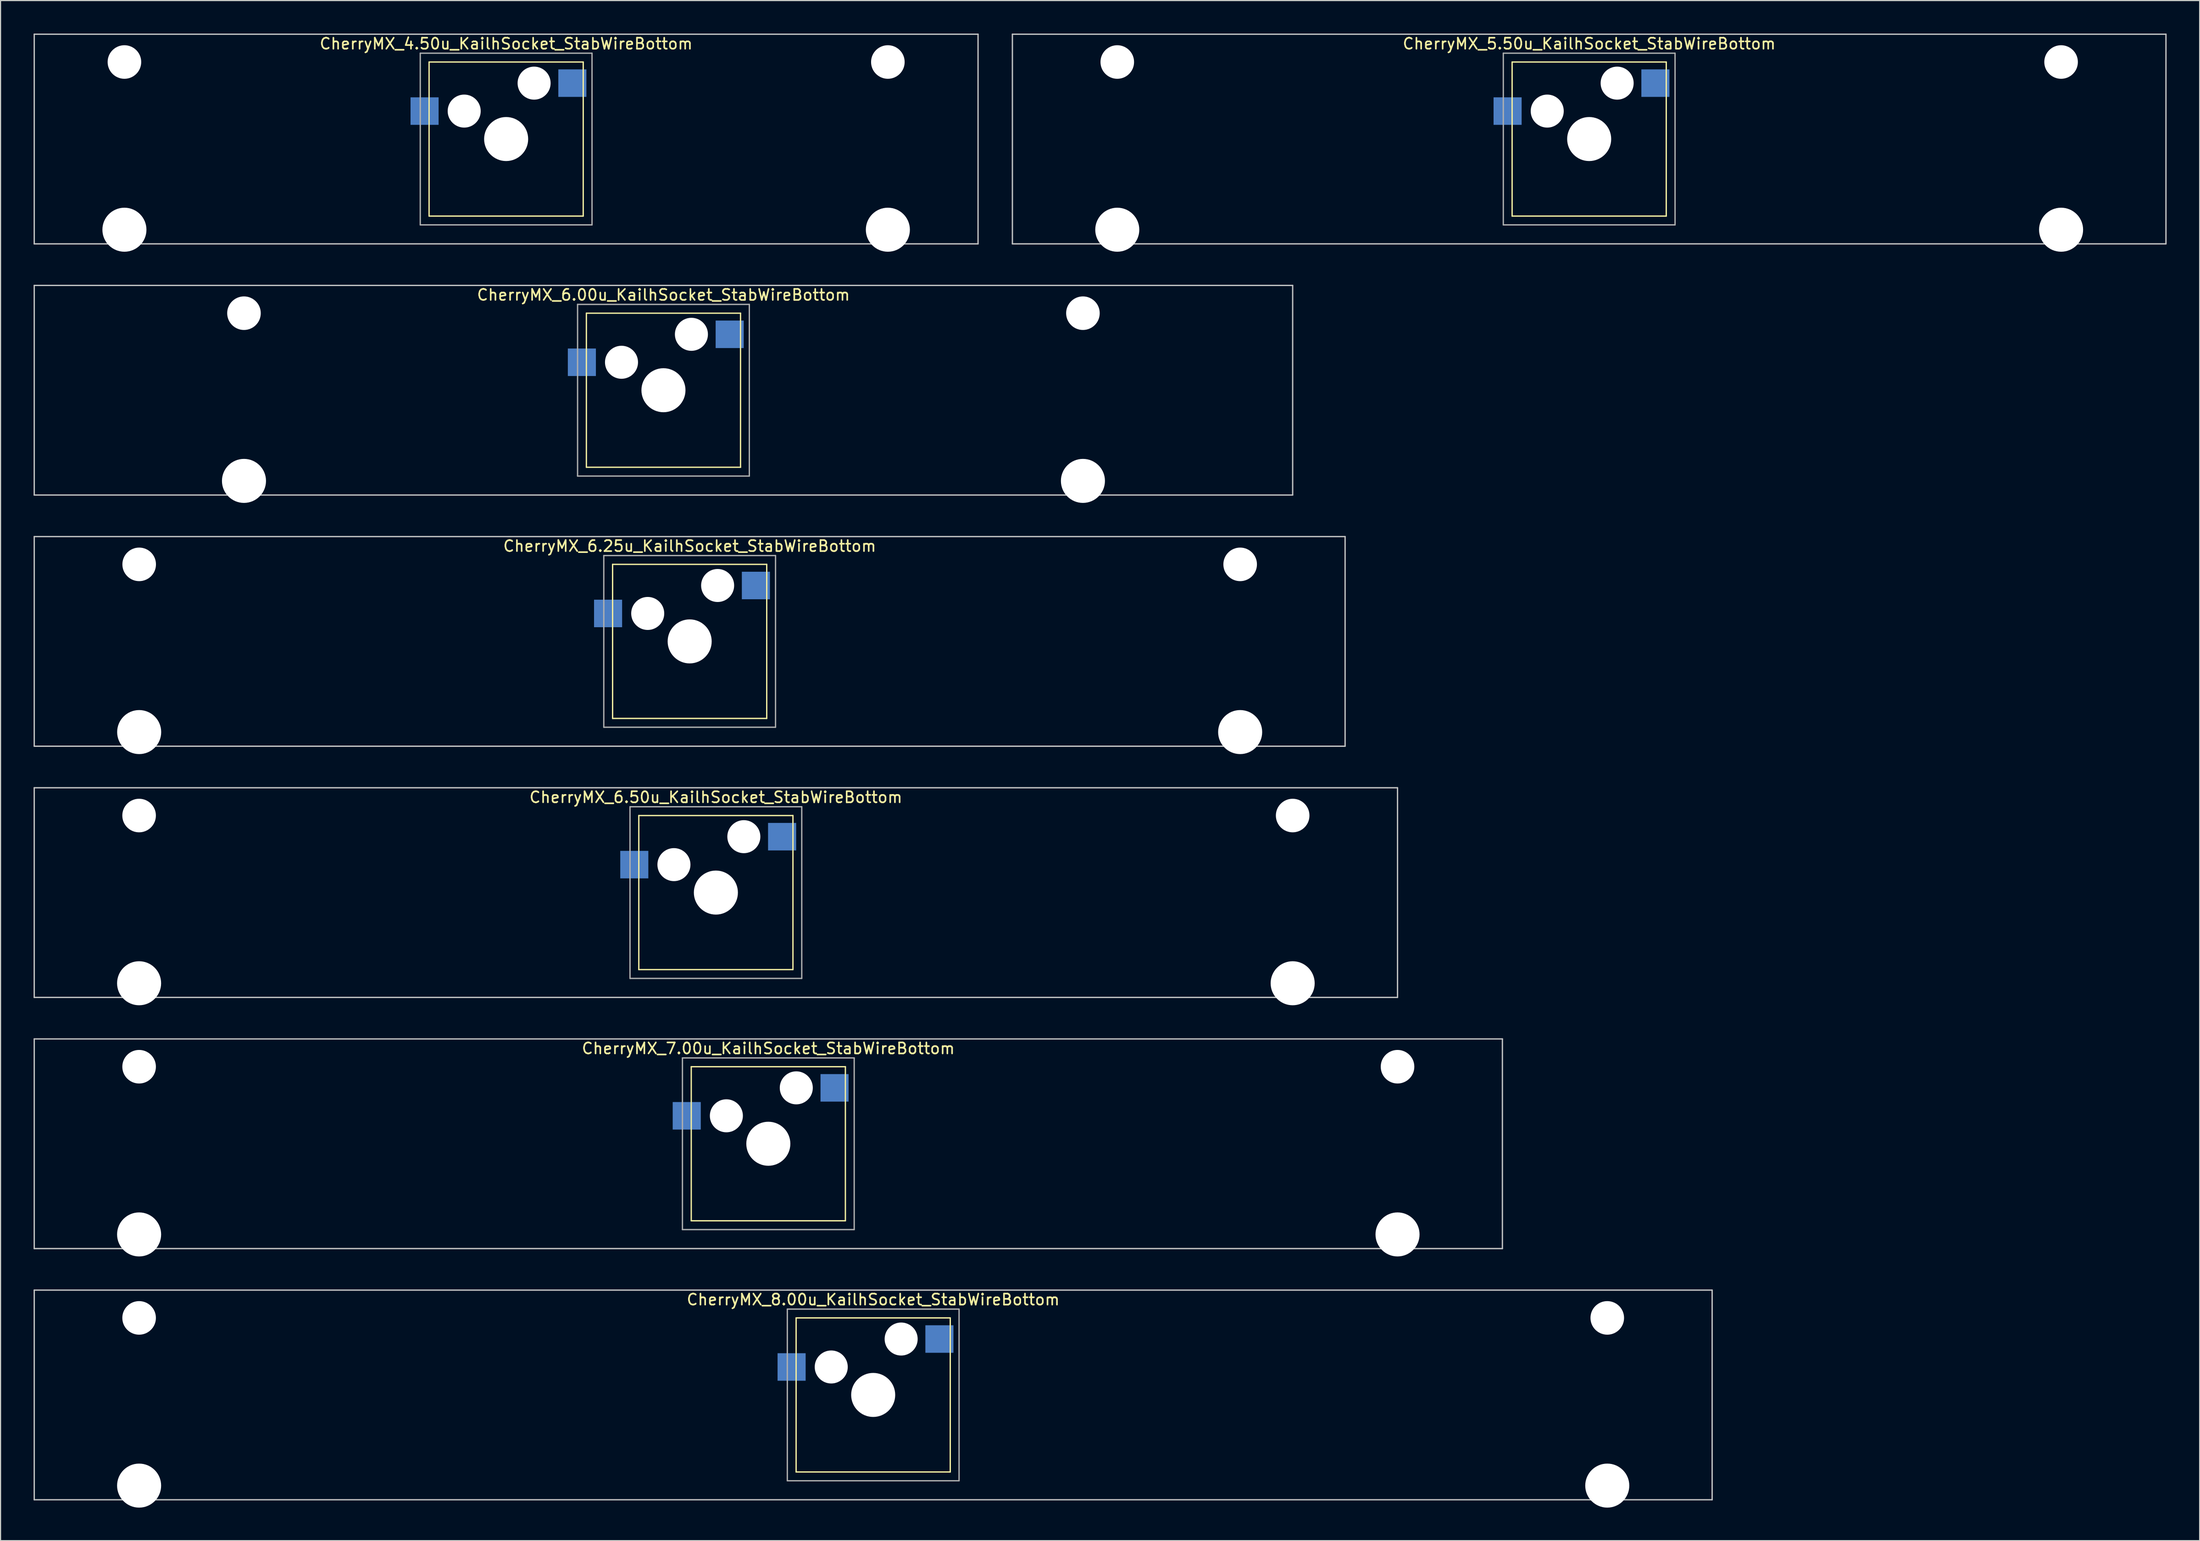
<source format=kicad_pcb>
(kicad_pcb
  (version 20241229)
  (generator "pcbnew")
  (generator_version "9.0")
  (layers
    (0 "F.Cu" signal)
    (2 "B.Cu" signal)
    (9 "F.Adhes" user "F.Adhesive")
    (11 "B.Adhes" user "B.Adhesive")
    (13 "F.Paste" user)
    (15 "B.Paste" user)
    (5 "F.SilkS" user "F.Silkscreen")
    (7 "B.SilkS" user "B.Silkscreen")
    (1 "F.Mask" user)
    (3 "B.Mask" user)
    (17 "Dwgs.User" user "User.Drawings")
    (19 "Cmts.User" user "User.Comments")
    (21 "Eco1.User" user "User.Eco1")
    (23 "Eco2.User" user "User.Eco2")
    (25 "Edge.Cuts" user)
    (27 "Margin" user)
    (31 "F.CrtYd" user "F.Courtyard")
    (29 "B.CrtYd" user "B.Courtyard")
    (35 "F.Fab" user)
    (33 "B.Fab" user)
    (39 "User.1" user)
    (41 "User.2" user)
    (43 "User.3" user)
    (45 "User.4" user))
  (footprint "CherryMX_5.50u_KailhSocket_StabWireBottom"
    (layer "F.Cu")
    (at 141.292 9.585)
    (property "Reference" "CherryMX_5.50u_KailhSocket_StabWireBottom" (at 0 -8.662 0) (layer "F.SilkS") (effects (font (size 1 1) (thickness 0.15))))
    (attr through_hole)
    (fp_line (start -7 -7) (end -7 7) (stroke (width 0.12) (type solid)) (layer "F.SilkS"))
    (fp_line (start -7 -7) (end 7 -7) (stroke (width 0.12) (type solid)) (layer "F.SilkS"))
    (fp_line (start 7 -7) (end 7 7) (stroke (width 0.12) (type solid)) (layer "F.SilkS"))
    (fp_line (start 7 7) (end -7 7) (stroke (width 0.12) (type solid)) (layer "F.SilkS"))
    (fp_line (start -52.388 -9.525) (end 52.388 -9.525) (stroke (width 0.12) (type solid)) (layer "Dwgs.User"))
    (fp_line (start -52.388 9.525) (end -52.388 -9.525) (stroke (width 0.12) (type solid)) (layer "Dwgs.User"))
    (fp_line (start 52.388 -9.525) (end 52.388 9.525) (stroke (width 0.12) (type solid)) (layer "Dwgs.User"))
    (fp_line (start 52.388 9.525) (end -52.388 9.525) (stroke (width 0.12) (type solid)) (layer "Dwgs.User"))
    (fp_line (start -7.8 -7.8) (end -7.8 7.8) (stroke (width 0.12) (type solid)) (layer "F.Fab"))
    (fp_line (start -7.8 -7.8) (end 7.8 -7.8) (stroke (width 0.12) (type solid)) (layer "F.Fab"))
    (fp_line (start -7.8 7.8) (end 7.8 7.8) (stroke (width 0.12) (type solid)) (layer "F.Fab"))
    (fp_line (start 7.8 -7.8) (end 7.8 7.8) (stroke (width 0.12) (type solid)) (layer "F.Fab"))
    (pad "" np_thru_hole circle (at -42.862 -7) (size 3.05 3.05) (drill 3.05) (layers "*.Cu" "*.Mask"))
    (pad "" np_thru_hole circle (at -42.862 8.24) (size 4 4) (drill 4) (layers "*.Cu" "*.Mask"))
    (pad "" np_thru_hole circle (at -3.81 -2.54) (size 3 3) (drill 3) (layers "*.Cu" "*.Mask"))
    (pad "" np_thru_hole circle (at 0 0) (size 4 4) (drill 4) (layers "*.Cu" "*.Mask"))
    (pad "" np_thru_hole circle (at 2.54 -5.08) (size 3 3) (drill 3) (layers "*.Cu" "*.Mask"))
    (pad "" np_thru_hole circle (at 42.862 -7) (size 3.05 3.05) (drill 3.05) (layers "*.Cu" "*.Mask"))
    (pad "" np_thru_hole circle (at 42.862 8.24) (size 4 4) (drill 4) (layers "*.Cu" "*.Mask"))
    (pad "1" smd rect (at -7.41 -2.54) (size 2.55 2.5) (layers "B.Cu" "B.Mask" "B.Paste"))
    (pad "2" smd rect (at 6.015 -5.08) (size 2.55 2.5) (layers "B.Cu" "B.Mask" "B.Paste")))
  (footprint "CherryMX_4.50u_KailhSocket_StabWireBottom"
    (layer "F.Cu")
    (at 42.922 9.585)
    (property "Reference" "CherryMX_4.50u_KailhSocket_StabWireBottom" (at 0 -8.662 0) (layer "F.SilkS") (effects (font (size 1 1) (thickness 0.15))))
    (attr through_hole)
    (fp_line (start -7 -7) (end -7 7) (stroke (width 0.12) (type solid)) (layer "F.SilkS"))
    (fp_line (start -7 -7) (end 7 -7) (stroke (width 0.12) (type solid)) (layer "F.SilkS"))
    (fp_line (start 7 -7) (end 7 7) (stroke (width 0.12) (type solid)) (layer "F.SilkS"))
    (fp_line (start 7 7) (end -7 7) (stroke (width 0.12) (type solid)) (layer "F.SilkS"))
    (fp_line (start -42.862 -9.525) (end 42.862 -9.525) (stroke (width 0.12) (type solid)) (layer "Dwgs.User"))
    (fp_line (start -42.862 9.525) (end -42.862 -9.525) (stroke (width 0.12) (type solid)) (layer "Dwgs.User"))
    (fp_line (start 42.862 -9.525) (end 42.862 9.525) (stroke (width 0.12) (type solid)) (layer "Dwgs.User"))
    (fp_line (start 42.862 9.525) (end -42.862 9.525) (stroke (width 0.12) (type solid)) (layer "Dwgs.User"))
    (fp_line (start -7.8 -7.8) (end -7.8 7.8) (stroke (width 0.12) (type solid)) (layer "F.Fab"))
    (fp_line (start -7.8 -7.8) (end 7.8 -7.8) (stroke (width 0.12) (type solid)) (layer "F.Fab"))
    (fp_line (start -7.8 7.8) (end 7.8 7.8) (stroke (width 0.12) (type solid)) (layer "F.Fab"))
    (fp_line (start 7.8 -7.8) (end 7.8 7.8) (stroke (width 0.12) (type solid)) (layer "F.Fab"))
    (pad "" np_thru_hole circle (at -34.671 -7) (size 3.05 3.05) (drill 3.05) (layers "*.Cu" "*.Mask"))
    (pad "" np_thru_hole circle (at -34.671 8.24) (size 4 4) (drill 4) (layers "*.Cu" "*.Mask"))
    (pad "" np_thru_hole circle (at -3.81 -2.54) (size 3 3) (drill 3) (layers "*.Cu" "*.Mask"))
    (pad "" np_thru_hole circle (at 0 0) (size 4 4) (drill 4) (layers "*.Cu" "*.Mask"))
    (pad "" np_thru_hole circle (at 2.54 -5.08) (size 3 3) (drill 3) (layers "*.Cu" "*.Mask"))
    (pad "" np_thru_hole circle (at 34.671 -7) (size 3.05 3.05) (drill 3.05) (layers "*.Cu" "*.Mask"))
    (pad "" np_thru_hole circle (at 34.671 8.24) (size 4 4) (drill 4) (layers "*.Cu" "*.Mask"))
    (pad "1" smd rect (at -7.41 -2.54) (size 2.55 2.5) (layers "B.Cu" "B.Mask" "B.Paste"))
    (pad "2" smd rect (at 6.015 -5.08) (size 2.55 2.5) (layers "B.Cu" "B.Mask" "B.Paste")))
  (footprint "CherryMX_6.00u_KailhSocket_StabWireBottom"
    (layer "F.Cu")
    (at 57.21 32.41)
    (property "Reference" "CherryMX_6.00u_KailhSocket_StabWireBottom" (at 0 -8.662 0) (layer "F.SilkS") (effects (font (size 1 1) (thickness 0.15))))
    (attr through_hole)
    (fp_line (start -7 -7) (end -7 7) (stroke (width 0.12) (type solid)) (layer "F.SilkS"))
    (fp_line (start -7 -7) (end 7 -7) (stroke (width 0.12) (type solid)) (layer "F.SilkS"))
    (fp_line (start 7 -7) (end 7 7) (stroke (width 0.12) (type solid)) (layer "F.SilkS"))
    (fp_line (start 7 7) (end -7 7) (stroke (width 0.12) (type solid)) (layer "F.SilkS"))
    (fp_line (start -57.15 -9.525) (end 57.15 -9.525) (stroke (width 0.12) (type solid)) (layer "Dwgs.User"))
    (fp_line (start -57.15 9.525) (end -57.15 -9.525) (stroke (width 0.12) (type solid)) (layer "Dwgs.User"))
    (fp_line (start 57.15 -9.525) (end 57.15 9.525) (stroke (width 0.12) (type solid)) (layer "Dwgs.User"))
    (fp_line (start 57.15 9.525) (end -57.15 9.525) (stroke (width 0.12) (type solid)) (layer "Dwgs.User"))
    (fp_line (start -7.8 -7.8) (end -7.8 7.8) (stroke (width 0.12) (type solid)) (layer "F.Fab"))
    (fp_line (start -7.8 -7.8) (end 7.8 -7.8) (stroke (width 0.12) (type solid)) (layer "F.Fab"))
    (fp_line (start -7.8 7.8) (end 7.8 7.8) (stroke (width 0.12) (type solid)) (layer "F.Fab"))
    (fp_line (start 7.8 -7.8) (end 7.8 7.8) (stroke (width 0.12) (type solid)) (layer "F.Fab"))
    (pad "" np_thru_hole circle (at -38.1 -7) (size 3.05 3.05) (drill 3.05) (layers "*.Cu" "*.Mask"))
    (pad "" np_thru_hole circle (at -38.1 8.24) (size 4 4) (drill 4) (layers "*.Cu" "*.Mask"))
    (pad "" np_thru_hole circle (at -3.81 -2.54) (size 3 3) (drill 3) (layers "*.Cu" "*.Mask"))
    (pad "" np_thru_hole circle (at 0 0) (size 4 4) (drill 4) (layers "*.Cu" "*.Mask"))
    (pad "" np_thru_hole circle (at 2.54 -5.08) (size 3 3) (drill 3) (layers "*.Cu" "*.Mask"))
    (pad "" np_thru_hole circle (at 38.1 -7) (size 3.05 3.05) (drill 3.05) (layers "*.Cu" "*.Mask"))
    (pad "" np_thru_hole circle (at 38.1 8.24) (size 4 4) (drill 4) (layers "*.Cu" "*.Mask"))
    (pad "1" smd rect (at -7.41 -2.54) (size 2.55 2.5) (layers "B.Cu" "B.Mask" "B.Paste"))
    (pad "2" smd rect (at 6.015 -5.08) (size 2.55 2.5) (layers "B.Cu" "B.Mask" "B.Paste")))
  (footprint "CherryMX_6.50u_KailhSocket_StabWireBottom"
    (layer "F.Cu")
    (at 61.972 78.06)
    (property "Reference" "CherryMX_6.50u_KailhSocket_StabWireBottom" (at 0 -8.662 0) (layer "F.SilkS") (effects (font (size 1 1) (thickness 0.15))))
    (attr through_hole)
    (fp_line (start -7 -7) (end -7 7) (stroke (width 0.12) (type solid)) (layer "F.SilkS"))
    (fp_line (start -7 -7) (end 7 -7) (stroke (width 0.12) (type solid)) (layer "F.SilkS"))
    (fp_line (start 7 -7) (end 7 7) (stroke (width 0.12) (type solid)) (layer "F.SilkS"))
    (fp_line (start 7 7) (end -7 7) (stroke (width 0.12) (type solid)) (layer "F.SilkS"))
    (fp_line (start -61.913 -9.525) (end 61.913 -9.525) (stroke (width 0.12) (type solid)) (layer "Dwgs.User"))
    (fp_line (start -61.913 9.525) (end -61.913 -9.525) (stroke (width 0.12) (type solid)) (layer "Dwgs.User"))
    (fp_line (start 61.913 -9.525) (end 61.913 9.525) (stroke (width 0.12) (type solid)) (layer "Dwgs.User"))
    (fp_line (start 61.913 9.525) (end -61.913 9.525) (stroke (width 0.12) (type solid)) (layer "Dwgs.User"))
    (fp_line (start -7.8 -7.8) (end -7.8 7.8) (stroke (width 0.12) (type solid)) (layer "F.Fab"))
    (fp_line (start -7.8 -7.8) (end 7.8 -7.8) (stroke (width 0.12) (type solid)) (layer "F.Fab"))
    (fp_line (start -7.8 7.8) (end 7.8 7.8) (stroke (width 0.12) (type solid)) (layer "F.Fab"))
    (fp_line (start 7.8 -7.8) (end 7.8 7.8) (stroke (width 0.12) (type solid)) (layer "F.Fab"))
    (pad "" np_thru_hole circle (at -52.388 -7) (size 3.05 3.05) (drill 3.05) (layers "*.Cu" "*.Mask"))
    (pad "" np_thru_hole circle (at -52.388 8.24) (size 4 4) (drill 4) (layers "*.Cu" "*.Mask"))
    (pad "" np_thru_hole circle (at -3.81 -2.54) (size 3 3) (drill 3) (layers "*.Cu" "*.Mask"))
    (pad "" np_thru_hole circle (at 0 0) (size 4 4) (drill 4) (layers "*.Cu" "*.Mask"))
    (pad "" np_thru_hole circle (at 2.54 -5.08) (size 3 3) (drill 3) (layers "*.Cu" "*.Mask"))
    (pad "" np_thru_hole circle (at 52.388 -7) (size 3.05 3.05) (drill 3.05) (layers "*.Cu" "*.Mask"))
    (pad "" np_thru_hole circle (at 52.388 8.24) (size 4 4) (drill 4) (layers "*.Cu" "*.Mask"))
    (pad "1" smd rect (at -7.41 -2.54) (size 2.55 2.5) (layers "B.Cu" "B.Mask" "B.Paste"))
    (pad "2" smd rect (at 6.015 -5.08) (size 2.55 2.5) (layers "B.Cu" "B.Mask" "B.Paste")))
  (footprint "CherryMX_6.25u_KailhSocket_StabWireBottom"
    (layer "F.Cu")
    (at 59.591 55.235)
    (property "Reference" "CherryMX_6.25u_KailhSocket_StabWireBottom" (at 0 -8.662 0) (layer "F.SilkS") (effects (font (size 1 1) (thickness 0.15))))
    (attr through_hole)
    (fp_line (start -7 -7) (end -7 7) (stroke (width 0.12) (type solid)) (layer "F.SilkS"))
    (fp_line (start -7 -7) (end 7 -7) (stroke (width 0.12) (type solid)) (layer "F.SilkS"))
    (fp_line (start 7 -7) (end 7 7) (stroke (width 0.12) (type solid)) (layer "F.SilkS"))
    (fp_line (start 7 7) (end -7 7) (stroke (width 0.12) (type solid)) (layer "F.SilkS"))
    (fp_line (start -59.531 -9.525) (end 59.531 -9.525) (stroke (width 0.12) (type solid)) (layer "Dwgs.User"))
    (fp_line (start -59.531 9.525) (end -59.531 -9.525) (stroke (width 0.12) (type solid)) (layer "Dwgs.User"))
    (fp_line (start 59.531 -9.525) (end 59.531 9.525) (stroke (width 0.12) (type solid)) (layer "Dwgs.User"))
    (fp_line (start 59.531 9.525) (end -59.531 9.525) (stroke (width 0.12) (type solid)) (layer "Dwgs.User"))
    (fp_line (start -7.8 -7.8) (end -7.8 7.8) (stroke (width 0.12) (type solid)) (layer "F.Fab"))
    (fp_line (start -7.8 -7.8) (end 7.8 -7.8) (stroke (width 0.12) (type solid)) (layer "F.Fab"))
    (fp_line (start -7.8 7.8) (end 7.8 7.8) (stroke (width 0.12) (type solid)) (layer "F.Fab"))
    (fp_line (start 7.8 -7.8) (end 7.8 7.8) (stroke (width 0.12) (type solid)) (layer "F.Fab"))
    (pad "" np_thru_hole circle (at -50 -7) (size 3.05 3.05) (drill 3.05) (layers "*.Cu" "*.Mask"))
    (pad "" np_thru_hole circle (at -50 8.24) (size 4 4) (drill 4) (layers "*.Cu" "*.Mask"))
    (pad "" np_thru_hole circle (at -3.81 -2.54) (size 3 3) (drill 3) (layers "*.Cu" "*.Mask"))
    (pad "" np_thru_hole circle (at 0 0) (size 4 4) (drill 4) (layers "*.Cu" "*.Mask"))
    (pad "" np_thru_hole circle (at 2.54 -5.08) (size 3 3) (drill 3) (layers "*.Cu" "*.Mask"))
    (pad "" np_thru_hole circle (at 50 -7) (size 3.05 3.05) (drill 3.05) (layers "*.Cu" "*.Mask"))
    (pad "" np_thru_hole circle (at 50 8.24) (size 4 4) (drill 4) (layers "*.Cu" "*.Mask"))
    (pad "1" smd rect (at -7.41 -2.54) (size 2.55 2.5) (layers "B.Cu" "B.Mask" "B.Paste"))
    (pad "2" smd rect (at 6.015 -5.08) (size 2.55 2.5) (layers "B.Cu" "B.Mask" "B.Paste")))
  (footprint "CherryMX_8.00u_KailhSocket_StabWireBottom"
    (layer "F.Cu")
    (at 76.26 123.71)
    (property "Reference" "CherryMX_8.00u_KailhSocket_StabWireBottom" (at 0 -8.662 0) (layer "F.SilkS") (effects (font (size 1 1) (thickness 0.15))))
    (attr through_hole)
    (fp_line (start -7 -7) (end -7 7) (stroke (width 0.12) (type solid)) (layer "F.SilkS"))
    (fp_line (start -7 -7) (end 7 -7) (stroke (width 0.12) (type solid)) (layer "F.SilkS"))
    (fp_line (start 7 -7) (end 7 7) (stroke (width 0.12) (type solid)) (layer "F.SilkS"))
    (fp_line (start 7 7) (end -7 7) (stroke (width 0.12) (type solid)) (layer "F.SilkS"))
    (fp_line (start -76.2 -9.525) (end 76.2 -9.525) (stroke (width 0.12) (type solid)) (layer "Dwgs.User"))
    (fp_line (start -76.2 9.525) (end -76.2 -9.525) (stroke (width 0.12) (type solid)) (layer "Dwgs.User"))
    (fp_line (start 76.2 -9.525) (end 76.2 9.525) (stroke (width 0.12) (type solid)) (layer "Dwgs.User"))
    (fp_line (start 76.2 9.525) (end -76.2 9.525) (stroke (width 0.12) (type solid)) (layer "Dwgs.User"))
    (fp_line (start -7.8 -7.8) (end -7.8 7.8) (stroke (width 0.12) (type solid)) (layer "F.Fab"))
    (fp_line (start -7.8 -7.8) (end 7.8 -7.8) (stroke (width 0.12) (type solid)) (layer "F.Fab"))
    (fp_line (start -7.8 7.8) (end 7.8 7.8) (stroke (width 0.12) (type solid)) (layer "F.Fab"))
    (fp_line (start 7.8 -7.8) (end 7.8 7.8) (stroke (width 0.12) (type solid)) (layer "F.Fab"))
    (pad "" np_thru_hole circle (at -66.675 -7) (size 3.05 3.05) (drill 3.05) (layers "*.Cu" "*.Mask"))
    (pad "" np_thru_hole circle (at -66.675 8.24) (size 4 4) (drill 4) (layers "*.Cu" "*.Mask"))
    (pad "" np_thru_hole circle (at -3.81 -2.54) (size 3 3) (drill 3) (layers "*.Cu" "*.Mask"))
    (pad "" np_thru_hole circle (at 0 0) (size 4 4) (drill 4) (layers "*.Cu" "*.Mask"))
    (pad "" np_thru_hole circle (at 2.54 -5.08) (size 3 3) (drill 3) (layers "*.Cu" "*.Mask"))
    (pad "" np_thru_hole circle (at 66.675 -7) (size 3.05 3.05) (drill 3.05) (layers "*.Cu" "*.Mask"))
    (pad "" np_thru_hole circle (at 66.675 8.24) (size 4 4) (drill 4) (layers "*.Cu" "*.Mask"))
    (pad "1" smd rect (at -7.41 -2.54) (size 2.55 2.5) (layers "B.Cu" "B.Mask" "B.Paste"))
    (pad "2" smd rect (at 6.015 -5.08) (size 2.55 2.5) (layers "B.Cu" "B.Mask" "B.Paste")))
  (footprint "CherryMX_7.00u_KailhSocket_StabWireBottom"
    (layer "F.Cu")
    (at 66.735 100.885)
    (property "Reference" "CherryMX_7.00u_KailhSocket_StabWireBottom" (at 0 -8.662 0) (layer "F.SilkS") (effects (font (size 1 1) (thickness 0.15))))
    (attr through_hole)
    (fp_line (start -7 -7) (end -7 7) (stroke (width 0.12) (type solid)) (layer "F.SilkS"))
    (fp_line (start -7 -7) (end 7 -7) (stroke (width 0.12) (type solid)) (layer "F.SilkS"))
    (fp_line (start 7 -7) (end 7 7) (stroke (width 0.12) (type solid)) (layer "F.SilkS"))
    (fp_line (start 7 7) (end -7 7) (stroke (width 0.12) (type solid)) (layer "F.SilkS"))
    (fp_line (start -66.675 -9.525) (end 66.675 -9.525) (stroke (width 0.12) (type solid)) (layer "Dwgs.User"))
    (fp_line (start -66.675 9.525) (end -66.675 -9.525) (stroke (width 0.12) (type solid)) (layer "Dwgs.User"))
    (fp_line (start 66.675 -9.525) (end 66.675 9.525) (stroke (width 0.12) (type solid)) (layer "Dwgs.User"))
    (fp_line (start 66.675 9.525) (end -66.675 9.525) (stroke (width 0.12) (type solid)) (layer "Dwgs.User"))
    (fp_line (start -7.8 -7.8) (end -7.8 7.8) (stroke (width 0.12) (type solid)) (layer "F.Fab"))
    (fp_line (start -7.8 -7.8) (end 7.8 -7.8) (stroke (width 0.12) (type solid)) (layer "F.Fab"))
    (fp_line (start -7.8 7.8) (end 7.8 7.8) (stroke (width 0.12) (type solid)) (layer "F.Fab"))
    (fp_line (start 7.8 -7.8) (end 7.8 7.8) (stroke (width 0.12) (type solid)) (layer "F.Fab"))
    (pad "" np_thru_hole circle (at -57.15 -7) (size 3.05 3.05) (drill 3.05) (layers "*.Cu" "*.Mask"))
    (pad "" np_thru_hole circle (at -57.15 8.24) (size 4 4) (drill 4) (layers "*.Cu" "*.Mask"))
    (pad "" np_thru_hole circle (at -3.81 -2.54) (size 3 3) (drill 3) (layers "*.Cu" "*.Mask"))
    (pad "" np_thru_hole circle (at 0 0) (size 4 4) (drill 4) (layers "*.Cu" "*.Mask"))
    (pad "" np_thru_hole circle (at 2.54 -5.08) (size 3 3) (drill 3) (layers "*.Cu" "*.Mask"))
    (pad "" np_thru_hole circle (at 57.15 -7) (size 3.05 3.05) (drill 3.05) (layers "*.Cu" "*.Mask"))
    (pad "" np_thru_hole circle (at 57.15 8.24) (size 4 4) (drill 4) (layers "*.Cu" "*.Mask"))
    (pad "1" smd rect (at -7.41 -2.54) (size 2.55 2.5) (layers "B.Cu" "B.Mask" "B.Paste"))
    (pad "2" smd rect (at 6.015 -5.08) (size 2.55 2.5) (layers "B.Cu" "B.Mask" "B.Paste")))
  (gr_rect
    (start -3 -3)
    (end 196.74 136.95)
    (stroke (width 0.1) (type default))
    (fill no)
    (layer "Edge.Cuts")))
</source>
